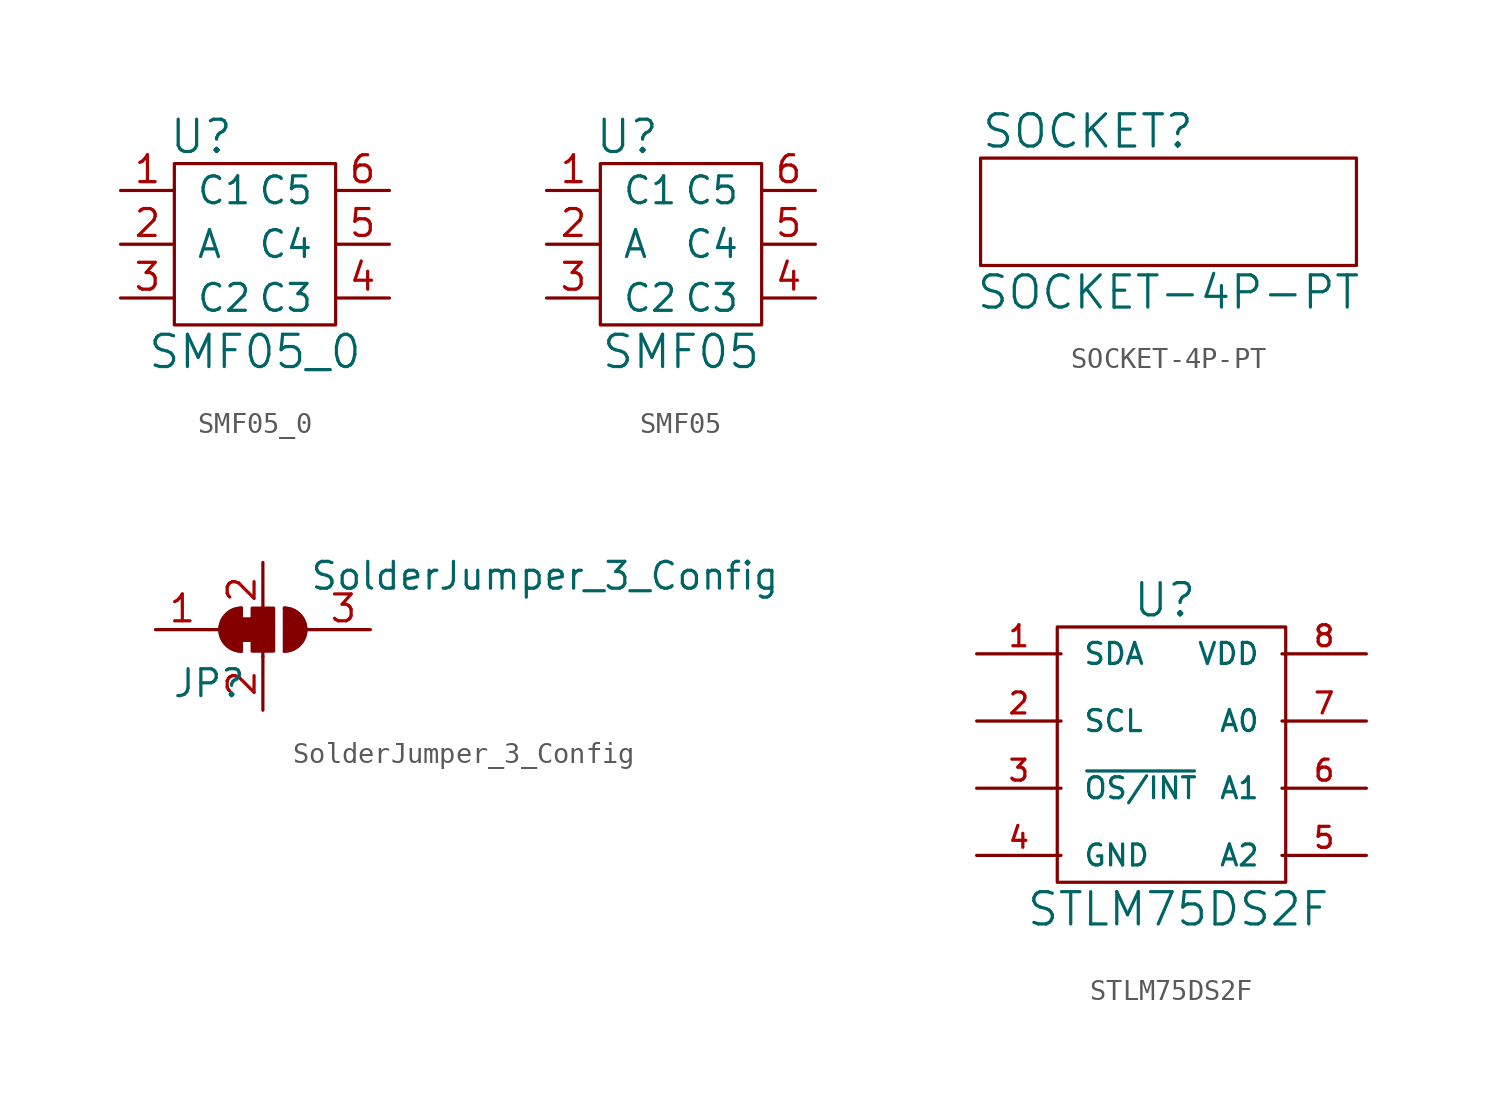
<source format=kicad_sym>
(kicad_symbol_lib
  (version 20211014)
  (generator kicad_symbol_editor)
  (symbol "SMF05_0"
    (pin_names
      (offset 1.016))
    (property "Reference" "U"
      (at -2.54 7.62 0)
      (effects (font (size 1.524 1.524))))
    (property "Value" "SMF05_0"
      (at 0 -2.54 0)
      (effects (font (size 1.524 1.524))))
    (symbol "SMF05_0_0_1"
      (rectangle (start -3.81 6.35) (end 3.81 -1.27) (stroke (width 0) (type default) (color 0 0 0 0)) (fill (type none))))
    (symbol "SMF05_0_1_1"
      (pin input line (at -6.35 5.08 0) (length 2.54) (name "C1" (effects (font (size 1.27 1.27)))) (number "1" (effects (font (size 1.27 1.27)))))
      (pin input line (at -6.35 2.54 0) (length 2.54) (name "A" (effects (font (size 1.27 1.27)))) (number "2" (effects (font (size 1.27 1.27)))))
      (pin input line (at -6.35 0 0) (length 2.54) (name "C2" (effects (font (size 1.27 1.27)))) (number "3" (effects (font (size 1.27 1.27)))))
      (pin input line (at 6.35 0 180) (length 2.54) (name "C3" (effects (font (size 1.27 1.27)))) (number "4" (effects (font (size 1.27 1.27)))))
      (pin input line (at 6.35 2.54 180) (length 2.54) (name "C4" (effects (font (size 1.27 1.27)))) (number "5" (effects (font (size 1.27 1.27)))))
      (pin input line (at 6.35 5.08 180) (length 2.54) (name "C5" (effects (font (size 1.27 1.27)))) (number "6" (effects (font (size 1.27 1.27)))))))
  (symbol "SMF05"
    (pin_names
      (offset 1.016))
    (property "Reference" "U"
      (at -2.54 7.62 0)
      (effects (font (size 1.524 1.524))))
    (property "Value" "SMF05"
      (at 0 -2.54 0)
      (effects (font (size 1.524 1.524))))
    (symbol "SMF05_0_1"
      (rectangle (start -3.81 6.35) (end 3.81 -1.27) (stroke (width 0) (type default) (color 0 0 0 0)) (fill (type none))))
    (symbol "SMF05_1_1"
      (pin input line (at -6.35 5.08 0) (length 2.54) (name "C1" (effects (font (size 1.27 1.27)))) (number "1" (effects (font (size 1.27 1.27)))))
      (pin input line (at -6.35 2.54 0) (length 2.54) (name "A" (effects (font (size 1.27 1.27)))) (number "2" (effects (font (size 1.27 1.27)))))
      (pin input line (at -6.35 0 0) (length 2.54) (name "C2" (effects (font (size 1.27 1.27)))) (number "3" (effects (font (size 1.27 1.27)))))
      (pin input line (at 6.35 0 180) (length 2.54) (name "C3" (effects (font (size 1.27 1.27)))) (number "4" (effects (font (size 1.27 1.27)))))
      (pin input line (at 6.35 2.54 180) (length 2.54) (name "C4" (effects (font (size 1.27 1.27)))) (number "5" (effects (font (size 1.27 1.27)))))
      (pin input line (at 6.35 5.08 180) (length 2.54) (name "C5" (effects (font (size 1.27 1.27)))) (number "6" (effects (font (size 1.27 1.27)))))))
  (symbol "SOCKET-4P-PT"
    (pin_names
      (offset 1.016))
    (property "Reference" "SOCKET"
      (at 5.08 6.35 0)
      (effects (font (size 1.524 1.524))))
    (property "Value" "SOCKET-4P-PT"
      (at 8.89 -1.27 0)
      (effects (font (size 1.524 1.524))))
    (symbol "SOCKET-4P-PT_0_1"
      (rectangle (start 0 5.08) (end 17.78 0) (stroke (width 0) (type default) (color 0 0 0 0)) (fill (type none)))))
  (symbol "SolderJumper_3_Config"
    (pin_names
      (offset 0) hide)
    (property "Reference" "JP"
      (at -2.54 -2.54 0)
      (effects (font (size 1.27 1.27))))
    (property "Value" "SolderJumper_3_Config"
      (at 13.335 2.54 0)
      (effects (font (size 1.27 1.27))))
    (symbol "SolderJumper_3_Config_0_1"
      (rectangle (start -1.016 0.508) (end -0.508 -0.508) (stroke (width 0) (type default) (color 0 0 0 0)) (fill (type outline)))
      (arc (start -1.016 1.016) (mid -2.032 0) (end -1.016 -1.016) (stroke (width 0) (type default) (color 0 0 0 0)) (fill (type none)))
      (arc (start -1.016 1.016) (mid -2.032 0) (end -1.016 -1.016) (stroke (width 0) (type default) (color 0 0 0 0)) (fill (type outline)))
      (rectangle (start -0.508 1.016) (end 0.508 -1.016) (stroke (width 0) (type default) (color 0 0 0 0)) (fill (type outline)))
      (polyline (pts (xy -2.54 0) (xy -2.032 0)) (stroke (width 0) (type default) (color 0 0 0 0)) (fill (type none)))
      (polyline (pts (xy -1.016 1.016) (xy -1.016 -1.016)) (stroke (width 0) (type default) (color 0 0 0 0)) (fill (type none)))
      (polyline (pts (xy 0 -1.27) (xy 0 -1.016)) (stroke (width 0) (type default) (color 0 0 0 0)) (fill (type none)))
      (polyline (pts (xy 1.016 1.016) (xy 1.016 -1.016)) (stroke (width 0) (type default) (color 0 0 0 0)) (fill (type none)))
      (polyline (pts (xy 2.54 0) (xy 2.032 0)) (stroke (width 0) (type default) (color 0 0 0 0)) (fill (type none)))
      (arc (start 1.016 -1.016) (mid 2.032 0) (end 1.016 1.016) (stroke (width 0) (type default) (color 0 0 0 0)) (fill (type none)))
      (arc (start 1.016 -1.016) (mid 2.032 0) (end 1.016 1.016) (stroke (width 0) (type default) (color 0 0 0 0)) (fill (type outline))))
    (symbol "SolderJumper_3_Config_1_1"
      (pin passive line (at -5.08 0 0) (length 2.54) (name "A" (effects (font (size 1.27 1.27)))) (number "1" (effects (font (size 1.27 1.27)))))
      (pin input line (at 0 -3.81 90) (length 2.54) (name "C" (effects (font (size 1.27 1.27)))) (number "2" (effects (font (size 1.27 1.27)))))
      (pin input line (at 0 3.175 270) (length 2.54) (name "C" (effects (font (size 1.27 1.27)))) (number "2" (effects (font (size 1.27 1.27)))))
      (pin passive line (at 5.08 0 180) (length 2.54) (name "B" (effects (font (size 1.27 1.27)))) (number "3" (effects (font (size 1.27 1.27)))))))
  (symbol "STLM75DS2F"
    (pin_names
      (offset 1.016))
    (property "Reference" "U"
      (at 5.08 13.335 0)
      (effects (font (size 1.524 1.524))))
    (property "Value" "STLM75DS2F"
      (at 5.715 -1.27 0)
      (effects (font (size 1.524 1.524))))
    (symbol "STLM75DS2F_0_1"
      (rectangle (start 10.795 12.065) (end 0 0) (stroke (width 0) (type default) (color 0 0 0 0)) (fill (type none))))
    (symbol "STLM75DS2F_1_1"
      (pin input line (at -3.81 10.795 0) (length 3.988) (name "SDA" (effects (font (size 0.991 0.991)))) (number "1" (effects (font (size 0.991 0.991)))))
      (pin input line (at -3.81 7.62 0) (length 3.988) (name "SCL" (effects (font (size 0.991 0.991)))) (number "2" (effects (font (size 0.991 0.991)))))
      (pin input line (at -3.81 4.445 0) (length 3.988) (name "~{OS/INT}" (effects (font (size 0.991 0.991)))) (number "3" (effects (font (size 0.991 0.991)))))
      (pin input line (at -3.81 1.27 0) (length 3.988) (name "GND" (effects (font (size 0.991 0.991)))) (number "4" (effects (font (size 0.991 0.991)))))
      (pin input line (at 14.605 1.27 180) (length 3.988) (name "A2" (effects (font (size 0.991 0.991)))) (number "5" (effects (font (size 0.991 0.991)))))
      (pin input line (at 14.605 4.445 180) (length 3.988) (name "A1" (effects (font (size 0.991 0.991)))) (number "6" (effects (font (size 0.991 0.991)))))
      (pin input line (at 14.605 7.62 180) (length 3.988) (name "A0" (effects (font (size 0.991 0.991)))) (number "7" (effects (font (size 0.991 0.991)))))
      (pin input line (at 14.605 10.795 180) (length 3.988) (name "VDD" (effects (font (size 0.991 0.991)))) (number "8" (effects (font (size 0.991 0.991))))))))
</source>
